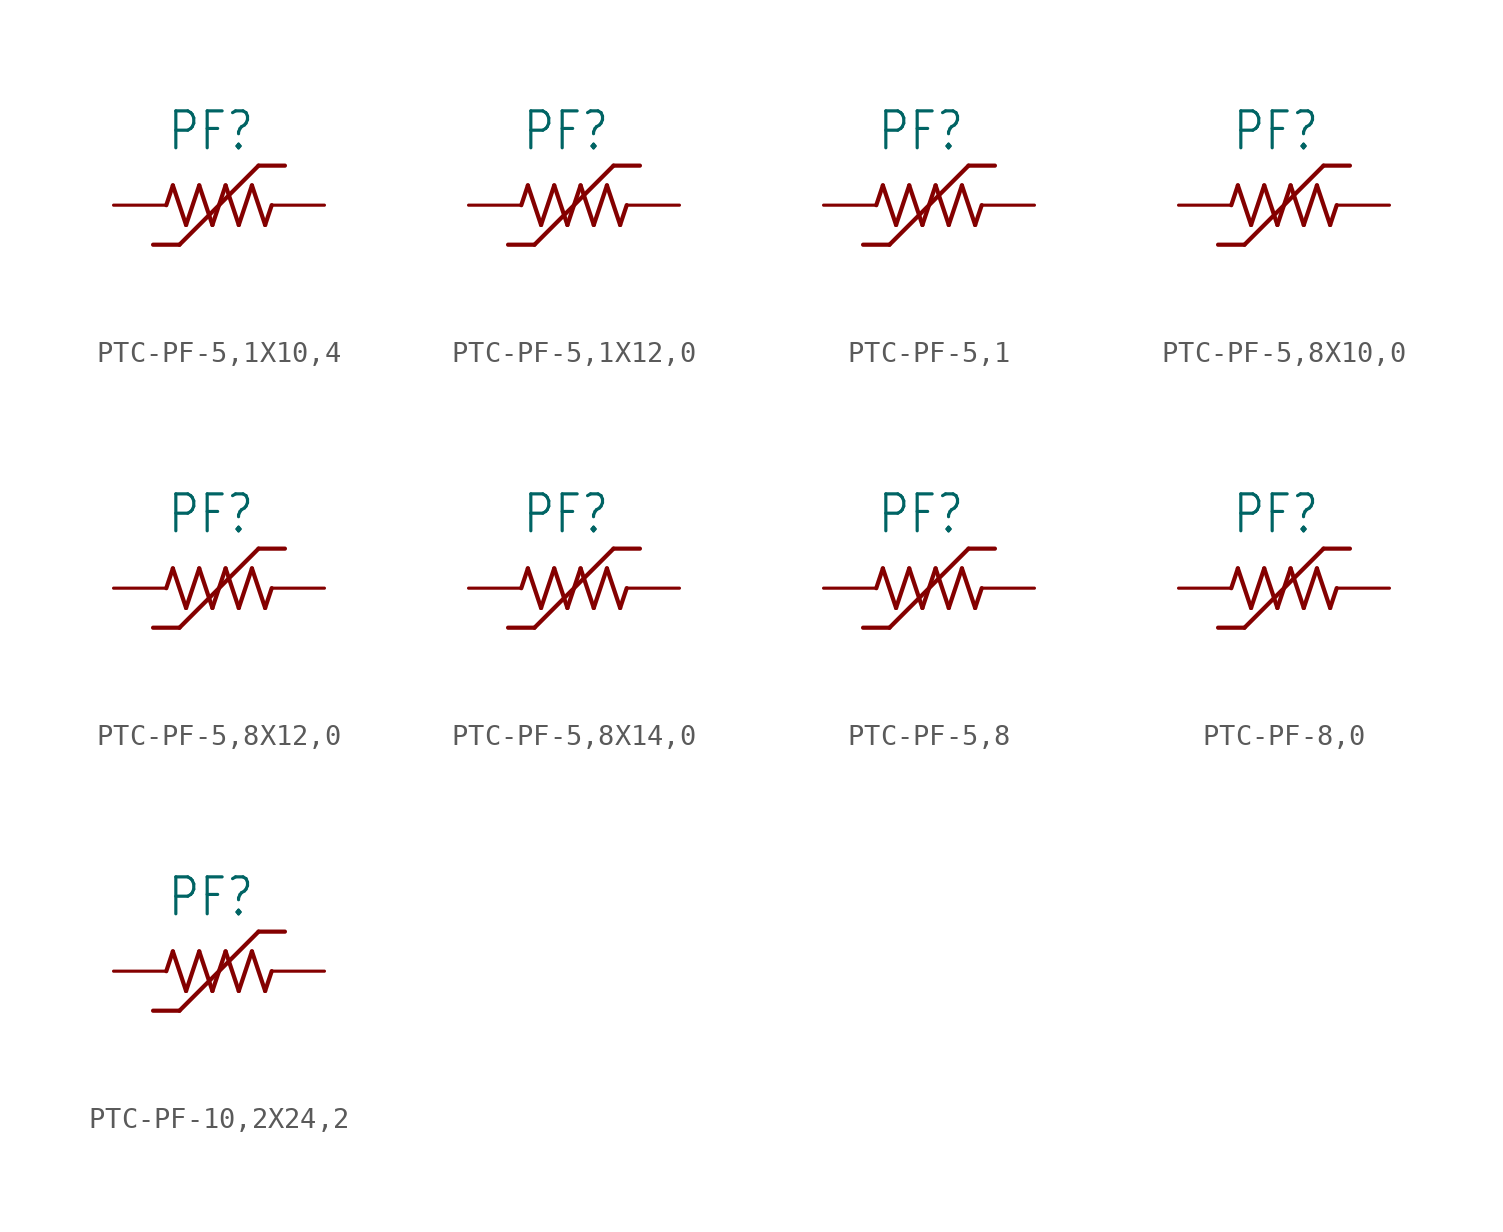
<source format=kicad_sym>
(kicad_symbol_lib
  (version 20231120)
  (generator "kicad_symbol_editor")
  (generator_version "8.0")
  (symbol "PTC-PF-5,1X10,4"
    (property "Reference" "PF"
      (at -2.54 2.54 0)
      (effects (font (size 1.778 1.511)) (justify left bottom)))
    (property "Value" ""
      (at -5.08 -5.08 0)
      (effects (font (size 1.778 1.511)) (justify left bottom)))
    (property "ki_locked" ""
      (at 0 0 0)
      (effects (font (size 1.27 1.27))))
    (symbol "PTC-PF-5,1X10,4_1_0"
      (polyline (pts (xy -2.54 0) (xy -2.223 0.953)) (stroke (width 0.203) (type solid)) (fill (type none)))
      (polyline (pts (xy -2.223 0.953) (xy -1.587 -0.953)) (stroke (width 0.203) (type solid)) (fill (type none)))
      (polyline (pts (xy -1.905 -1.905) (xy -3.175 -1.905)) (stroke (width 0.203) (type solid)) (fill (type none)))
      (polyline (pts (xy -1.587 -0.953) (xy -0.953 0.953)) (stroke (width 0.203) (type solid)) (fill (type none)))
      (polyline (pts (xy -0.953 0.953) (xy -0.318 -0.953)) (stroke (width 0.203) (type solid)) (fill (type none)))
      (polyline (pts (xy -0.318 -0.953) (xy 0.318 0.953)) (stroke (width 0.203) (type solid)) (fill (type none)))
      (polyline (pts (xy 0.318 0.953) (xy 0.953 -0.953)) (stroke (width 0.203) (type solid)) (fill (type none)))
      (polyline (pts (xy 0.953 -0.953) (xy 1.587 0.953)) (stroke (width 0.203) (type solid)) (fill (type none)))
      (polyline (pts (xy 1.587 0.953) (xy 2.223 -0.953)) (stroke (width 0.203) (type solid)) (fill (type none)))
      (polyline (pts (xy 1.905 1.905) (xy -1.905 -1.905)) (stroke (width 0.203) (type solid)) (fill (type none)))
      (polyline (pts (xy 2.223 -0.953) (xy 2.54 0)) (stroke (width 0.203) (type solid)) (fill (type none)))
      (polyline (pts (xy 3.175 1.905) (xy 1.905 1.905)) (stroke (width 0.203) (type solid)) (fill (type none)))
      (pin passive line (at -5.08 0 0) (length 2.54) (name "1" (effects (font (size 0 0)))) (number "1" (effects (font (size 0 0)))))
      (pin passive line (at 5.08 0 180) (length 2.54) (name "2" (effects (font (size 0 0)))) (number "2" (effects (font (size 0 0)))))))
  (symbol "PTC-PF-5,1X12,0"
    (property "Reference" "PF"
      (at -2.54 2.54 0)
      (effects (font (size 1.778 1.511)) (justify left bottom)))
    (property "Value" ""
      (at -5.08 -5.08 0)
      (effects (font (size 1.778 1.511)) (justify left bottom)))
    (property "ki_locked" ""
      (at 0 0 0)
      (effects (font (size 1.27 1.27))))
    (symbol "PTC-PF-5,1X12,0_1_0"
      (polyline (pts (xy -2.54 0) (xy -2.223 0.953)) (stroke (width 0.203) (type solid)) (fill (type none)))
      (polyline (pts (xy -2.223 0.953) (xy -1.587 -0.953)) (stroke (width 0.203) (type solid)) (fill (type none)))
      (polyline (pts (xy -1.905 -1.905) (xy -3.175 -1.905)) (stroke (width 0.203) (type solid)) (fill (type none)))
      (polyline (pts (xy -1.587 -0.953) (xy -0.953 0.953)) (stroke (width 0.203) (type solid)) (fill (type none)))
      (polyline (pts (xy -0.953 0.953) (xy -0.318 -0.953)) (stroke (width 0.203) (type solid)) (fill (type none)))
      (polyline (pts (xy -0.318 -0.953) (xy 0.318 0.953)) (stroke (width 0.203) (type solid)) (fill (type none)))
      (polyline (pts (xy 0.318 0.953) (xy 0.953 -0.953)) (stroke (width 0.203) (type solid)) (fill (type none)))
      (polyline (pts (xy 0.953 -0.953) (xy 1.587 0.953)) (stroke (width 0.203) (type solid)) (fill (type none)))
      (polyline (pts (xy 1.587 0.953) (xy 2.223 -0.953)) (stroke (width 0.203) (type solid)) (fill (type none)))
      (polyline (pts (xy 1.905 1.905) (xy -1.905 -1.905)) (stroke (width 0.203) (type solid)) (fill (type none)))
      (polyline (pts (xy 2.223 -0.953) (xy 2.54 0)) (stroke (width 0.203) (type solid)) (fill (type none)))
      (polyline (pts (xy 3.175 1.905) (xy 1.905 1.905)) (stroke (width 0.203) (type solid)) (fill (type none)))
      (pin passive line (at -5.08 0 0) (length 2.54) (name "1" (effects (font (size 0 0)))) (number "1" (effects (font (size 0 0)))))
      (pin passive line (at 5.08 0 180) (length 2.54) (name "2" (effects (font (size 0 0)))) (number "2" (effects (font (size 0 0)))))))
  (symbol "PTC-PF-5,1"
    (property "Reference" "PF"
      (at -2.54 2.54 0)
      (effects (font (size 1.778 1.511)) (justify left bottom)))
    (property "Value" ""
      (at -5.08 -5.08 0)
      (effects (font (size 1.778 1.511)) (justify left bottom)))
    (property "ki_locked" ""
      (at 0 0 0)
      (effects (font (size 1.27 1.27))))
    (symbol "PTC-PF-5,1_1_0"
      (polyline (pts (xy -2.54 0) (xy -2.223 0.953)) (stroke (width 0.203) (type solid)) (fill (type none)))
      (polyline (pts (xy -2.223 0.953) (xy -1.587 -0.953)) (stroke (width 0.203) (type solid)) (fill (type none)))
      (polyline (pts (xy -1.905 -1.905) (xy -3.175 -1.905)) (stroke (width 0.203) (type solid)) (fill (type none)))
      (polyline (pts (xy -1.587 -0.953) (xy -0.953 0.953)) (stroke (width 0.203) (type solid)) (fill (type none)))
      (polyline (pts (xy -0.953 0.953) (xy -0.318 -0.953)) (stroke (width 0.203) (type solid)) (fill (type none)))
      (polyline (pts (xy -0.318 -0.953) (xy 0.318 0.953)) (stroke (width 0.203) (type solid)) (fill (type none)))
      (polyline (pts (xy 0.318 0.953) (xy 0.953 -0.953)) (stroke (width 0.203) (type solid)) (fill (type none)))
      (polyline (pts (xy 0.953 -0.953) (xy 1.587 0.953)) (stroke (width 0.203) (type solid)) (fill (type none)))
      (polyline (pts (xy 1.587 0.953) (xy 2.223 -0.953)) (stroke (width 0.203) (type solid)) (fill (type none)))
      (polyline (pts (xy 1.905 1.905) (xy -1.905 -1.905)) (stroke (width 0.203) (type solid)) (fill (type none)))
      (polyline (pts (xy 2.223 -0.953) (xy 2.54 0)) (stroke (width 0.203) (type solid)) (fill (type none)))
      (polyline (pts (xy 3.175 1.905) (xy 1.905 1.905)) (stroke (width 0.203) (type solid)) (fill (type none)))
      (pin passive line (at -5.08 0 0) (length 2.54) (name "1" (effects (font (size 0 0)))) (number "1" (effects (font (size 0 0)))))
      (pin passive line (at 5.08 0 180) (length 2.54) (name "2" (effects (font (size 0 0)))) (number "2" (effects (font (size 0 0)))))))
  (symbol "PTC-PF-5,8X10,0"
    (property "Reference" "PF"
      (at -2.54 2.54 0)
      (effects (font (size 1.778 1.511)) (justify left bottom)))
    (property "Value" ""
      (at -5.08 -5.08 0)
      (effects (font (size 1.778 1.511)) (justify left bottom)))
    (property "ki_locked" ""
      (at 0 0 0)
      (effects (font (size 1.27 1.27))))
    (symbol "PTC-PF-5,8X10,0_1_0"
      (polyline (pts (xy -2.54 0) (xy -2.223 0.953)) (stroke (width 0.203) (type solid)) (fill (type none)))
      (polyline (pts (xy -2.223 0.953) (xy -1.587 -0.953)) (stroke (width 0.203) (type solid)) (fill (type none)))
      (polyline (pts (xy -1.905 -1.905) (xy -3.175 -1.905)) (stroke (width 0.203) (type solid)) (fill (type none)))
      (polyline (pts (xy -1.587 -0.953) (xy -0.953 0.953)) (stroke (width 0.203) (type solid)) (fill (type none)))
      (polyline (pts (xy -0.953 0.953) (xy -0.318 -0.953)) (stroke (width 0.203) (type solid)) (fill (type none)))
      (polyline (pts (xy -0.318 -0.953) (xy 0.318 0.953)) (stroke (width 0.203) (type solid)) (fill (type none)))
      (polyline (pts (xy 0.318 0.953) (xy 0.953 -0.953)) (stroke (width 0.203) (type solid)) (fill (type none)))
      (polyline (pts (xy 0.953 -0.953) (xy 1.587 0.953)) (stroke (width 0.203) (type solid)) (fill (type none)))
      (polyline (pts (xy 1.587 0.953) (xy 2.223 -0.953)) (stroke (width 0.203) (type solid)) (fill (type none)))
      (polyline (pts (xy 1.905 1.905) (xy -1.905 -1.905)) (stroke (width 0.203) (type solid)) (fill (type none)))
      (polyline (pts (xy 2.223 -0.953) (xy 2.54 0)) (stroke (width 0.203) (type solid)) (fill (type none)))
      (polyline (pts (xy 3.175 1.905) (xy 1.905 1.905)) (stroke (width 0.203) (type solid)) (fill (type none)))
      (pin passive line (at -5.08 0 0) (length 2.54) (name "1" (effects (font (size 0 0)))) (number "1" (effects (font (size 0 0)))))
      (pin passive line (at 5.08 0 180) (length 2.54) (name "2" (effects (font (size 0 0)))) (number "2" (effects (font (size 0 0)))))))
  (symbol "PTC-PF-5,8X12,0"
    (property "Reference" "PF"
      (at -2.54 2.54 0)
      (effects (font (size 1.778 1.511)) (justify left bottom)))
    (property "Value" ""
      (at -5.08 -5.08 0)
      (effects (font (size 1.778 1.511)) (justify left bottom)))
    (property "ki_locked" ""
      (at 0 0 0)
      (effects (font (size 1.27 1.27))))
    (symbol "PTC-PF-5,8X12,0_1_0"
      (polyline (pts (xy -2.54 0) (xy -2.223 0.953)) (stroke (width 0.203) (type solid)) (fill (type none)))
      (polyline (pts (xy -2.223 0.953) (xy -1.587 -0.953)) (stroke (width 0.203) (type solid)) (fill (type none)))
      (polyline (pts (xy -1.905 -1.905) (xy -3.175 -1.905)) (stroke (width 0.203) (type solid)) (fill (type none)))
      (polyline (pts (xy -1.587 -0.953) (xy -0.953 0.953)) (stroke (width 0.203) (type solid)) (fill (type none)))
      (polyline (pts (xy -0.953 0.953) (xy -0.318 -0.953)) (stroke (width 0.203) (type solid)) (fill (type none)))
      (polyline (pts (xy -0.318 -0.953) (xy 0.318 0.953)) (stroke (width 0.203) (type solid)) (fill (type none)))
      (polyline (pts (xy 0.318 0.953) (xy 0.953 -0.953)) (stroke (width 0.203) (type solid)) (fill (type none)))
      (polyline (pts (xy 0.953 -0.953) (xy 1.587 0.953)) (stroke (width 0.203) (type solid)) (fill (type none)))
      (polyline (pts (xy 1.587 0.953) (xy 2.223 -0.953)) (stroke (width 0.203) (type solid)) (fill (type none)))
      (polyline (pts (xy 1.905 1.905) (xy -1.905 -1.905)) (stroke (width 0.203) (type solid)) (fill (type none)))
      (polyline (pts (xy 2.223 -0.953) (xy 2.54 0)) (stroke (width 0.203) (type solid)) (fill (type none)))
      (polyline (pts (xy 3.175 1.905) (xy 1.905 1.905)) (stroke (width 0.203) (type solid)) (fill (type none)))
      (pin passive line (at -5.08 0 0) (length 2.54) (name "1" (effects (font (size 0 0)))) (number "1" (effects (font (size 0 0)))))
      (pin passive line (at 5.08 0 180) (length 2.54) (name "2" (effects (font (size 0 0)))) (number "2" (effects (font (size 0 0)))))))
  (symbol "PTC-PF-5,8X14,0"
    (property "Reference" "PF"
      (at -2.54 2.54 0)
      (effects (font (size 1.778 1.511)) (justify left bottom)))
    (property "Value" ""
      (at -5.08 -5.08 0)
      (effects (font (size 1.778 1.511)) (justify left bottom)))
    (property "ki_locked" ""
      (at 0 0 0)
      (effects (font (size 1.27 1.27))))
    (symbol "PTC-PF-5,8X14,0_1_0"
      (polyline (pts (xy -2.54 0) (xy -2.223 0.953)) (stroke (width 0.203) (type solid)) (fill (type none)))
      (polyline (pts (xy -2.223 0.953) (xy -1.587 -0.953)) (stroke (width 0.203) (type solid)) (fill (type none)))
      (polyline (pts (xy -1.905 -1.905) (xy -3.175 -1.905)) (stroke (width 0.203) (type solid)) (fill (type none)))
      (polyline (pts (xy -1.587 -0.953) (xy -0.953 0.953)) (stroke (width 0.203) (type solid)) (fill (type none)))
      (polyline (pts (xy -0.953 0.953) (xy -0.318 -0.953)) (stroke (width 0.203) (type solid)) (fill (type none)))
      (polyline (pts (xy -0.318 -0.953) (xy 0.318 0.953)) (stroke (width 0.203) (type solid)) (fill (type none)))
      (polyline (pts (xy 0.318 0.953) (xy 0.953 -0.953)) (stroke (width 0.203) (type solid)) (fill (type none)))
      (polyline (pts (xy 0.953 -0.953) (xy 1.587 0.953)) (stroke (width 0.203) (type solid)) (fill (type none)))
      (polyline (pts (xy 1.587 0.953) (xy 2.223 -0.953)) (stroke (width 0.203) (type solid)) (fill (type none)))
      (polyline (pts (xy 1.905 1.905) (xy -1.905 -1.905)) (stroke (width 0.203) (type solid)) (fill (type none)))
      (polyline (pts (xy 2.223 -0.953) (xy 2.54 0)) (stroke (width 0.203) (type solid)) (fill (type none)))
      (polyline (pts (xy 3.175 1.905) (xy 1.905 1.905)) (stroke (width 0.203) (type solid)) (fill (type none)))
      (pin passive line (at -5.08 0 0) (length 2.54) (name "1" (effects (font (size 0 0)))) (number "1" (effects (font (size 0 0)))))
      (pin passive line (at 5.08 0 180) (length 2.54) (name "2" (effects (font (size 0 0)))) (number "2" (effects (font (size 0 0)))))))
  (symbol "PTC-PF-5,8"
    (property "Reference" "PF"
      (at -2.54 2.54 0)
      (effects (font (size 1.778 1.511)) (justify left bottom)))
    (property "Value" ""
      (at -5.08 -5.08 0)
      (effects (font (size 1.778 1.511)) (justify left bottom)))
    (property "ki_locked" ""
      (at 0 0 0)
      (effects (font (size 1.27 1.27))))
    (symbol "PTC-PF-5,8_1_0"
      (polyline (pts (xy -2.54 0) (xy -2.223 0.953)) (stroke (width 0.203) (type solid)) (fill (type none)))
      (polyline (pts (xy -2.223 0.953) (xy -1.587 -0.953)) (stroke (width 0.203) (type solid)) (fill (type none)))
      (polyline (pts (xy -1.905 -1.905) (xy -3.175 -1.905)) (stroke (width 0.203) (type solid)) (fill (type none)))
      (polyline (pts (xy -1.587 -0.953) (xy -0.953 0.953)) (stroke (width 0.203) (type solid)) (fill (type none)))
      (polyline (pts (xy -0.953 0.953) (xy -0.318 -0.953)) (stroke (width 0.203) (type solid)) (fill (type none)))
      (polyline (pts (xy -0.318 -0.953) (xy 0.318 0.953)) (stroke (width 0.203) (type solid)) (fill (type none)))
      (polyline (pts (xy 0.318 0.953) (xy 0.953 -0.953)) (stroke (width 0.203) (type solid)) (fill (type none)))
      (polyline (pts (xy 0.953 -0.953) (xy 1.587 0.953)) (stroke (width 0.203) (type solid)) (fill (type none)))
      (polyline (pts (xy 1.587 0.953) (xy 2.223 -0.953)) (stroke (width 0.203) (type solid)) (fill (type none)))
      (polyline (pts (xy 1.905 1.905) (xy -1.905 -1.905)) (stroke (width 0.203) (type solid)) (fill (type none)))
      (polyline (pts (xy 2.223 -0.953) (xy 2.54 0)) (stroke (width 0.203) (type solid)) (fill (type none)))
      (polyline (pts (xy 3.175 1.905) (xy 1.905 1.905)) (stroke (width 0.203) (type solid)) (fill (type none)))
      (pin passive line (at -5.08 0 0) (length 2.54) (name "1" (effects (font (size 0 0)))) (number "1" (effects (font (size 0 0)))))
      (pin passive line (at 5.08 0 180) (length 2.54) (name "2" (effects (font (size 0 0)))) (number "2" (effects (font (size 0 0)))))))
  (symbol "PTC-PF-8,0"
    (property "Reference" "PF"
      (at -2.54 2.54 0)
      (effects (font (size 1.778 1.511)) (justify left bottom)))
    (property "Value" ""
      (at -5.08 -5.08 0)
      (effects (font (size 1.778 1.511)) (justify left bottom)))
    (property "ki_locked" ""
      (at 0 0 0)
      (effects (font (size 1.27 1.27))))
    (symbol "PTC-PF-8,0_1_0"
      (polyline (pts (xy -2.54 0) (xy -2.223 0.953)) (stroke (width 0.203) (type solid)) (fill (type none)))
      (polyline (pts (xy -2.223 0.953) (xy -1.587 -0.953)) (stroke (width 0.203) (type solid)) (fill (type none)))
      (polyline (pts (xy -1.905 -1.905) (xy -3.175 -1.905)) (stroke (width 0.203) (type solid)) (fill (type none)))
      (polyline (pts (xy -1.587 -0.953) (xy -0.953 0.953)) (stroke (width 0.203) (type solid)) (fill (type none)))
      (polyline (pts (xy -0.953 0.953) (xy -0.318 -0.953)) (stroke (width 0.203) (type solid)) (fill (type none)))
      (polyline (pts (xy -0.318 -0.953) (xy 0.318 0.953)) (stroke (width 0.203) (type solid)) (fill (type none)))
      (polyline (pts (xy 0.318 0.953) (xy 0.953 -0.953)) (stroke (width 0.203) (type solid)) (fill (type none)))
      (polyline (pts (xy 0.953 -0.953) (xy 1.587 0.953)) (stroke (width 0.203) (type solid)) (fill (type none)))
      (polyline (pts (xy 1.587 0.953) (xy 2.223 -0.953)) (stroke (width 0.203) (type solid)) (fill (type none)))
      (polyline (pts (xy 1.905 1.905) (xy -1.905 -1.905)) (stroke (width 0.203) (type solid)) (fill (type none)))
      (polyline (pts (xy 2.223 -0.953) (xy 2.54 0)) (stroke (width 0.203) (type solid)) (fill (type none)))
      (polyline (pts (xy 3.175 1.905) (xy 1.905 1.905)) (stroke (width 0.203) (type solid)) (fill (type none)))
      (pin passive line (at -5.08 0 0) (length 2.54) (name "1" (effects (font (size 0 0)))) (number "1" (effects (font (size 0 0)))))
      (pin passive line (at 5.08 0 180) (length 2.54) (name "2" (effects (font (size 0 0)))) (number "2" (effects (font (size 0 0)))))))
  (symbol "PTC-PF-10,2X24,2"
    (property "Reference" "PF"
      (at -2.54 2.54 0)
      (effects (font (size 1.778 1.511)) (justify left bottom)))
    (property "Value" ""
      (at -5.08 -5.08 0)
      (effects (font (size 1.778 1.511)) (justify left bottom)))
    (property "ki_locked" ""
      (at 0 0 0)
      (effects (font (size 1.27 1.27))))
    (symbol "PTC-PF-10,2X24,2_1_0"
      (polyline (pts (xy -2.54 0) (xy -2.223 0.953)) (stroke (width 0.203) (type solid)) (fill (type none)))
      (polyline (pts (xy -2.223 0.953) (xy -1.587 -0.953)) (stroke (width 0.203) (type solid)) (fill (type none)))
      (polyline (pts (xy -1.905 -1.905) (xy -3.175 -1.905)) (stroke (width 0.203) (type solid)) (fill (type none)))
      (polyline (pts (xy -1.587 -0.953) (xy -0.953 0.953)) (stroke (width 0.203) (type solid)) (fill (type none)))
      (polyline (pts (xy -0.953 0.953) (xy -0.318 -0.953)) (stroke (width 0.203) (type solid)) (fill (type none)))
      (polyline (pts (xy -0.318 -0.953) (xy 0.318 0.953)) (stroke (width 0.203) (type solid)) (fill (type none)))
      (polyline (pts (xy 0.318 0.953) (xy 0.953 -0.953)) (stroke (width 0.203) (type solid)) (fill (type none)))
      (polyline (pts (xy 0.953 -0.953) (xy 1.587 0.953)) (stroke (width 0.203) (type solid)) (fill (type none)))
      (polyline (pts (xy 1.587 0.953) (xy 2.223 -0.953)) (stroke (width 0.203) (type solid)) (fill (type none)))
      (polyline (pts (xy 1.905 1.905) (xy -1.905 -1.905)) (stroke (width 0.203) (type solid)) (fill (type none)))
      (polyline (pts (xy 2.223 -0.953) (xy 2.54 0)) (stroke (width 0.203) (type solid)) (fill (type none)))
      (polyline (pts (xy 3.175 1.905) (xy 1.905 1.905)) (stroke (width 0.203) (type solid)) (fill (type none)))
      (pin passive line (at -5.08 0 0) (length 2.54) (name "1" (effects (font (size 0 0)))) (number "1" (effects (font (size 0 0)))))
      (pin passive line (at 5.08 0 180) (length 2.54) (name "2" (effects (font (size 0 0)))) (number "2" (effects (font (size 0 0))))))))
</source>
